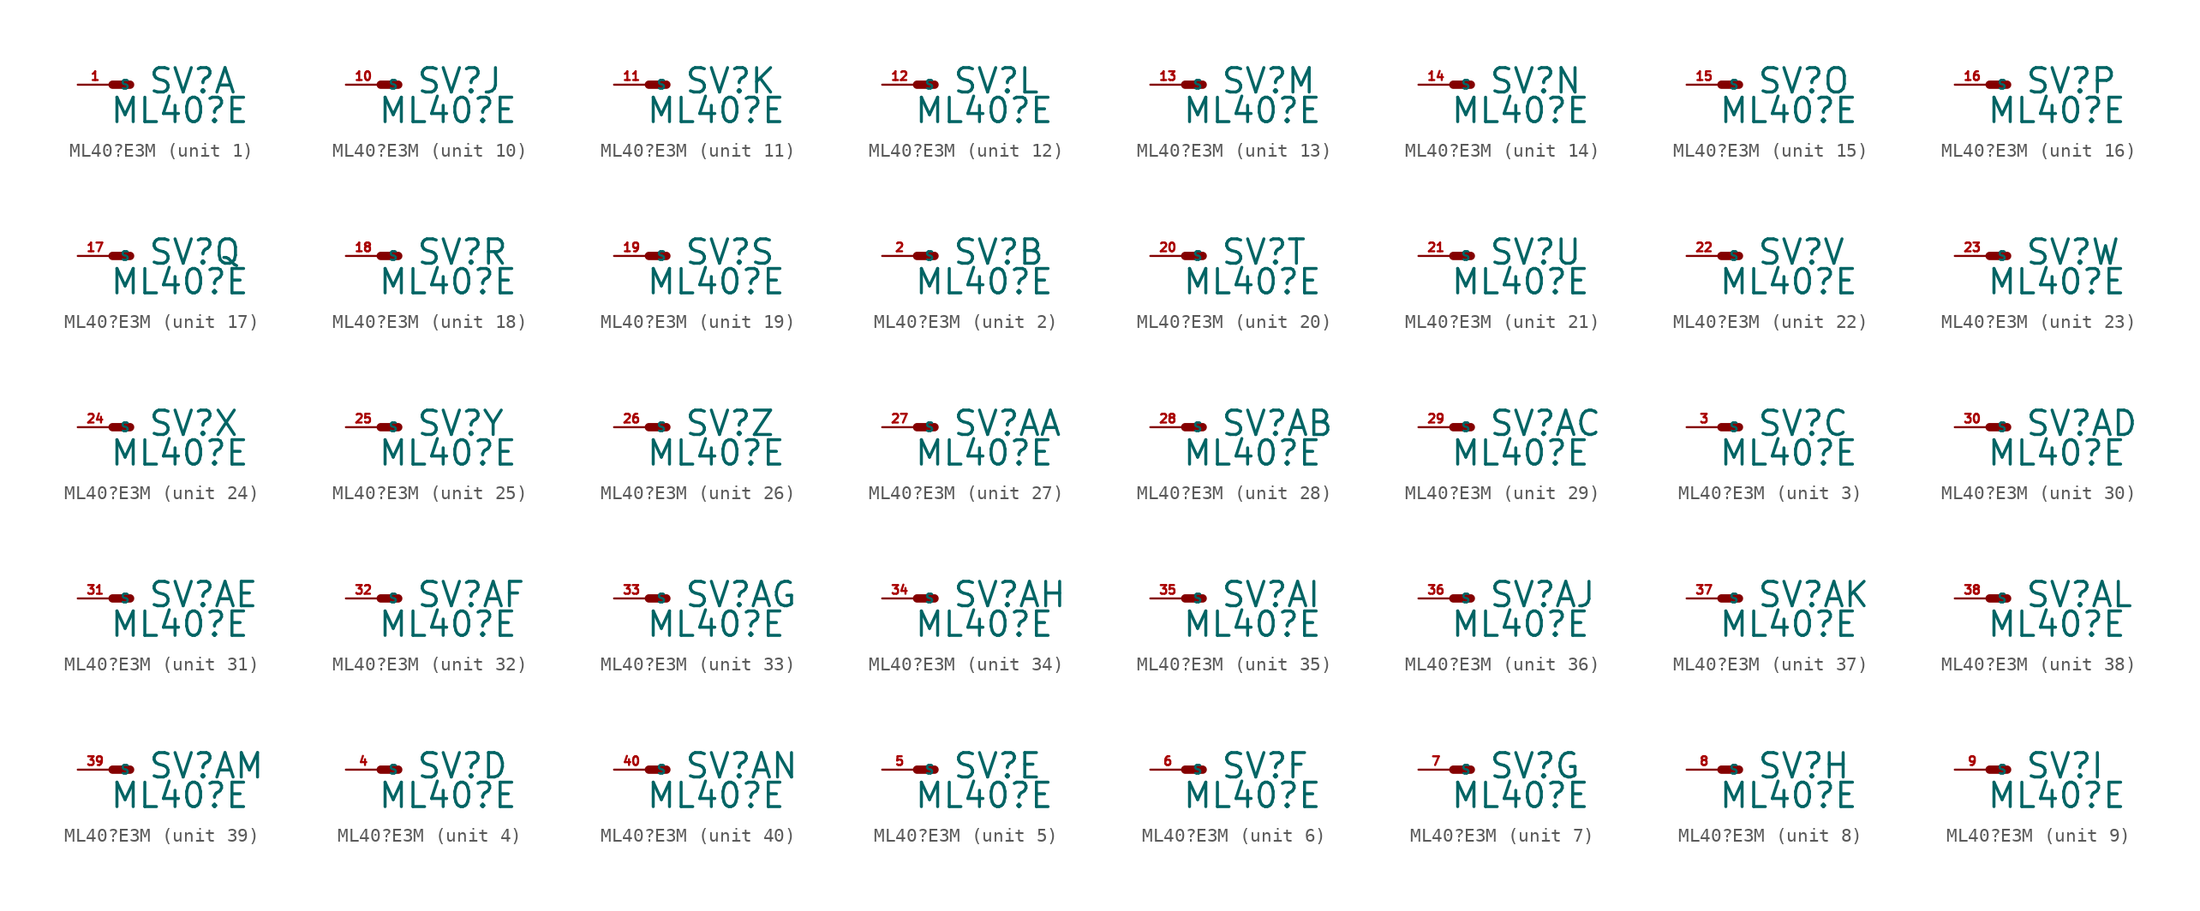
<source format=kicad_sym>
(kicad_symbol_lib
  (version 20220914)
  (generator Eagle2Kicad)
  (symbol "ML40?E3M"
    (property "Reference" "SV"
      (at 2.54 -0.762 0)
      (effects (font (size 1.778 1.778) (thickness 0.22)) (justify left bottom)))
    (property "Value" "ML40?E"
      (at -0.254 -2.921 0)
      (effects (font (size 1.778 1.778) (thickness 0.22)) (justify left bottom)))
    (symbol "ML40?E3M_1_0"
      (polyline (pts (xy 1.27 0) (xy 0 0)) (stroke (width 0.61) (type default)) (fill (type none)))
      (pin passive line (at -2.54 0 0) (length 2.54) (name "S" (effects (font (size 0.635 0.635) (thickness 0.08)) (justify left bottom))) (number "1" (effects (font (size 0.635 0.635) (thickness 0.08)) (justify left bottom)))))
    (symbol "ML40?E3M_2_0"
      (polyline (pts (xy 1.27 0) (xy 0 0)) (stroke (width 0.61) (type default)) (fill (type none)))
      (pin passive line (at -2.54 0 0) (length 2.54) (name "S" (effects (font (size 0.635 0.635) (thickness 0.08)) (justify left bottom))) (number "2" (effects (font (size 0.635 0.635) (thickness 0.08)) (justify left bottom)))))
    (symbol "ML40?E3M_3_0"
      (polyline (pts (xy 1.27 0) (xy 0 0)) (stroke (width 0.61) (type default)) (fill (type none)))
      (pin passive line (at -2.54 0 0) (length 2.54) (name "S" (effects (font (size 0.635 0.635) (thickness 0.08)) (justify left bottom))) (number "3" (effects (font (size 0.635 0.635) (thickness 0.08)) (justify left bottom)))))
    (symbol "ML40?E3M_4_0"
      (polyline (pts (xy 1.27 0) (xy 0 0)) (stroke (width 0.61) (type default)) (fill (type none)))
      (pin passive line (at -2.54 0 0) (length 2.54) (name "S" (effects (font (size 0.635 0.635) (thickness 0.08)) (justify left bottom))) (number "4" (effects (font (size 0.635 0.635) (thickness 0.08)) (justify left bottom)))))
    (symbol "ML40?E3M_5_0"
      (polyline (pts (xy 1.27 0) (xy 0 0)) (stroke (width 0.61) (type default)) (fill (type none)))
      (pin passive line (at -2.54 0 0) (length 2.54) (name "S" (effects (font (size 0.635 0.635) (thickness 0.08)) (justify left bottom))) (number "5" (effects (font (size 0.635 0.635) (thickness 0.08)) (justify left bottom)))))
    (symbol "ML40?E3M_6_0"
      (polyline (pts (xy 1.27 0) (xy 0 0)) (stroke (width 0.61) (type default)) (fill (type none)))
      (pin passive line (at -2.54 0 0) (length 2.54) (name "S" (effects (font (size 0.635 0.635) (thickness 0.08)) (justify left bottom))) (number "6" (effects (font (size 0.635 0.635) (thickness 0.08)) (justify left bottom)))))
    (symbol "ML40?E3M_7_0"
      (polyline (pts (xy 1.27 0) (xy 0 0)) (stroke (width 0.61) (type default)) (fill (type none)))
      (pin passive line (at -2.54 0 0) (length 2.54) (name "S" (effects (font (size 0.635 0.635) (thickness 0.08)) (justify left bottom))) (number "7" (effects (font (size 0.635 0.635) (thickness 0.08)) (justify left bottom)))))
    (symbol "ML40?E3M_8_0"
      (polyline (pts (xy 1.27 0) (xy 0 0)) (stroke (width 0.61) (type default)) (fill (type none)))
      (pin passive line (at -2.54 0 0) (length 2.54) (name "S" (effects (font (size 0.635 0.635) (thickness 0.08)) (justify left bottom))) (number "8" (effects (font (size 0.635 0.635) (thickness 0.08)) (justify left bottom)))))
    (symbol "ML40?E3M_9_0"
      (polyline (pts (xy 1.27 0) (xy 0 0)) (stroke (width 0.61) (type default)) (fill (type none)))
      (pin passive line (at -2.54 0 0) (length 2.54) (name "S" (effects (font (size 0.635 0.635) (thickness 0.08)) (justify left bottom))) (number "9" (effects (font (size 0.635 0.635) (thickness 0.08)) (justify left bottom)))))
    (symbol "ML40?E3M_10_0"
      (polyline (pts (xy 1.27 0) (xy 0 0)) (stroke (width 0.61) (type default)) (fill (type none)))
      (pin passive line (at -2.54 0 0) (length 2.54) (name "S" (effects (font (size 0.635 0.635) (thickness 0.08)) (justify left bottom))) (number "10" (effects (font (size 0.635 0.635) (thickness 0.08)) (justify left bottom)))))
    (symbol "ML40?E3M_11_0"
      (polyline (pts (xy 1.27 0) (xy 0 0)) (stroke (width 0.61) (type default)) (fill (type none)))
      (pin passive line (at -2.54 0 0) (length 2.54) (name "S" (effects (font (size 0.635 0.635) (thickness 0.08)) (justify left bottom))) (number "11" (effects (font (size 0.635 0.635) (thickness 0.08)) (justify left bottom)))))
    (symbol "ML40?E3M_12_0"
      (polyline (pts (xy 1.27 0) (xy 0 0)) (stroke (width 0.61) (type default)) (fill (type none)))
      (pin passive line (at -2.54 0 0) (length 2.54) (name "S" (effects (font (size 0.635 0.635) (thickness 0.08)) (justify left bottom))) (number "12" (effects (font (size 0.635 0.635) (thickness 0.08)) (justify left bottom)))))
    (symbol "ML40?E3M_13_0"
      (polyline (pts (xy 1.27 0) (xy 0 0)) (stroke (width 0.61) (type default)) (fill (type none)))
      (pin passive line (at -2.54 0 0) (length 2.54) (name "S" (effects (font (size 0.635 0.635) (thickness 0.08)) (justify left bottom))) (number "13" (effects (font (size 0.635 0.635) (thickness 0.08)) (justify left bottom)))))
    (symbol "ML40?E3M_14_0"
      (polyline (pts (xy 1.27 0) (xy 0 0)) (stroke (width 0.61) (type default)) (fill (type none)))
      (pin passive line (at -2.54 0 0) (length 2.54) (name "S" (effects (font (size 0.635 0.635) (thickness 0.08)) (justify left bottom))) (number "14" (effects (font (size 0.635 0.635) (thickness 0.08)) (justify left bottom)))))
    (symbol "ML40?E3M_15_0"
      (polyline (pts (xy 1.27 0) (xy 0 0)) (stroke (width 0.61) (type default)) (fill (type none)))
      (pin passive line (at -2.54 0 0) (length 2.54) (name "S" (effects (font (size 0.635 0.635) (thickness 0.08)) (justify left bottom))) (number "15" (effects (font (size 0.635 0.635) (thickness 0.08)) (justify left bottom)))))
    (symbol "ML40?E3M_16_0"
      (polyline (pts (xy 1.27 0) (xy 0 0)) (stroke (width 0.61) (type default)) (fill (type none)))
      (pin passive line (at -2.54 0 0) (length 2.54) (name "S" (effects (font (size 0.635 0.635) (thickness 0.08)) (justify left bottom))) (number "16" (effects (font (size 0.635 0.635) (thickness 0.08)) (justify left bottom)))))
    (symbol "ML40?E3M_17_0"
      (polyline (pts (xy 1.27 0) (xy 0 0)) (stroke (width 0.61) (type default)) (fill (type none)))
      (pin passive line (at -2.54 0 0) (length 2.54) (name "S" (effects (font (size 0.635 0.635) (thickness 0.08)) (justify left bottom))) (number "17" (effects (font (size 0.635 0.635) (thickness 0.08)) (justify left bottom)))))
    (symbol "ML40?E3M_18_0"
      (polyline (pts (xy 1.27 0) (xy 0 0)) (stroke (width 0.61) (type default)) (fill (type none)))
      (pin passive line (at -2.54 0 0) (length 2.54) (name "S" (effects (font (size 0.635 0.635) (thickness 0.08)) (justify left bottom))) (number "18" (effects (font (size 0.635 0.635) (thickness 0.08)) (justify left bottom)))))
    (symbol "ML40?E3M_19_0"
      (polyline (pts (xy 1.27 0) (xy 0 0)) (stroke (width 0.61) (type default)) (fill (type none)))
      (pin passive line (at -2.54 0 0) (length 2.54) (name "S" (effects (font (size 0.635 0.635) (thickness 0.08)) (justify left bottom))) (number "19" (effects (font (size 0.635 0.635) (thickness 0.08)) (justify left bottom)))))
    (symbol "ML40?E3M_20_0"
      (polyline (pts (xy 1.27 0) (xy 0 0)) (stroke (width 0.61) (type default)) (fill (type none)))
      (pin passive line (at -2.54 0 0) (length 2.54) (name "S" (effects (font (size 0.635 0.635) (thickness 0.08)) (justify left bottom))) (number "20" (effects (font (size 0.635 0.635) (thickness 0.08)) (justify left bottom)))))
    (symbol "ML40?E3M_21_0"
      (polyline (pts (xy 1.27 0) (xy 0 0)) (stroke (width 0.61) (type default)) (fill (type none)))
      (pin passive line (at -2.54 0 0) (length 2.54) (name "S" (effects (font (size 0.635 0.635) (thickness 0.08)) (justify left bottom))) (number "21" (effects (font (size 0.635 0.635) (thickness 0.08)) (justify left bottom)))))
    (symbol "ML40?E3M_22_0"
      (polyline (pts (xy 1.27 0) (xy 0 0)) (stroke (width 0.61) (type default)) (fill (type none)))
      (pin passive line (at -2.54 0 0) (length 2.54) (name "S" (effects (font (size 0.635 0.635) (thickness 0.08)) (justify left bottom))) (number "22" (effects (font (size 0.635 0.635) (thickness 0.08)) (justify left bottom)))))
    (symbol "ML40?E3M_23_0"
      (polyline (pts (xy 1.27 0) (xy 0 0)) (stroke (width 0.61) (type default)) (fill (type none)))
      (pin passive line (at -2.54 0 0) (length 2.54) (name "S" (effects (font (size 0.635 0.635) (thickness 0.08)) (justify left bottom))) (number "23" (effects (font (size 0.635 0.635) (thickness 0.08)) (justify left bottom)))))
    (symbol "ML40?E3M_24_0"
      (polyline (pts (xy 1.27 0) (xy 0 0)) (stroke (width 0.61) (type default)) (fill (type none)))
      (pin passive line (at -2.54 0 0) (length 2.54) (name "S" (effects (font (size 0.635 0.635) (thickness 0.08)) (justify left bottom))) (number "24" (effects (font (size 0.635 0.635) (thickness 0.08)) (justify left bottom)))))
    (symbol "ML40?E3M_25_0"
      (polyline (pts (xy 1.27 0) (xy 0 0)) (stroke (width 0.61) (type default)) (fill (type none)))
      (pin passive line (at -2.54 0 0) (length 2.54) (name "S" (effects (font (size 0.635 0.635) (thickness 0.08)) (justify left bottom))) (number "25" (effects (font (size 0.635 0.635) (thickness 0.08)) (justify left bottom)))))
    (symbol "ML40?E3M_26_0"
      (polyline (pts (xy 1.27 0) (xy 0 0)) (stroke (width 0.61) (type default)) (fill (type none)))
      (pin passive line (at -2.54 0 0) (length 2.54) (name "S" (effects (font (size 0.635 0.635) (thickness 0.08)) (justify left bottom))) (number "26" (effects (font (size 0.635 0.635) (thickness 0.08)) (justify left bottom)))))
    (symbol "ML40?E3M_27_0"
      (polyline (pts (xy 1.27 0) (xy 0 0)) (stroke (width 0.61) (type default)) (fill (type none)))
      (pin passive line (at -2.54 0 0) (length 2.54) (name "S" (effects (font (size 0.635 0.635) (thickness 0.08)) (justify left bottom))) (number "27" (effects (font (size 0.635 0.635) (thickness 0.08)) (justify left bottom)))))
    (symbol "ML40?E3M_28_0"
      (polyline (pts (xy 1.27 0) (xy 0 0)) (stroke (width 0.61) (type default)) (fill (type none)))
      (pin passive line (at -2.54 0 0) (length 2.54) (name "S" (effects (font (size 0.635 0.635) (thickness 0.08)) (justify left bottom))) (number "28" (effects (font (size 0.635 0.635) (thickness 0.08)) (justify left bottom)))))
    (symbol "ML40?E3M_29_0"
      (polyline (pts (xy 1.27 0) (xy 0 0)) (stroke (width 0.61) (type default)) (fill (type none)))
      (pin passive line (at -2.54 0 0) (length 2.54) (name "S" (effects (font (size 0.635 0.635) (thickness 0.08)) (justify left bottom))) (number "29" (effects (font (size 0.635 0.635) (thickness 0.08)) (justify left bottom)))))
    (symbol "ML40?E3M_30_0"
      (polyline (pts (xy 1.27 0) (xy 0 0)) (stroke (width 0.61) (type default)) (fill (type none)))
      (pin passive line (at -2.54 0 0) (length 2.54) (name "S" (effects (font (size 0.635 0.635) (thickness 0.08)) (justify left bottom))) (number "30" (effects (font (size 0.635 0.635) (thickness 0.08)) (justify left bottom)))))
    (symbol "ML40?E3M_31_0"
      (polyline (pts (xy 1.27 0) (xy 0 0)) (stroke (width 0.61) (type default)) (fill (type none)))
      (pin passive line (at -2.54 0 0) (length 2.54) (name "S" (effects (font (size 0.635 0.635) (thickness 0.08)) (justify left bottom))) (number "31" (effects (font (size 0.635 0.635) (thickness 0.08)) (justify left bottom)))))
    (symbol "ML40?E3M_32_0"
      (polyline (pts (xy 1.27 0) (xy 0 0)) (stroke (width 0.61) (type default)) (fill (type none)))
      (pin passive line (at -2.54 0 0) (length 2.54) (name "S" (effects (font (size 0.635 0.635) (thickness 0.08)) (justify left bottom))) (number "32" (effects (font (size 0.635 0.635) (thickness 0.08)) (justify left bottom)))))
    (symbol "ML40?E3M_33_0"
      (polyline (pts (xy 1.27 0) (xy 0 0)) (stroke (width 0.61) (type default)) (fill (type none)))
      (pin passive line (at -2.54 0 0) (length 2.54) (name "S" (effects (font (size 0.635 0.635) (thickness 0.08)) (justify left bottom))) (number "33" (effects (font (size 0.635 0.635) (thickness 0.08)) (justify left bottom)))))
    (symbol "ML40?E3M_34_0"
      (polyline (pts (xy 1.27 0) (xy 0 0)) (stroke (width 0.61) (type default)) (fill (type none)))
      (pin passive line (at -2.54 0 0) (length 2.54) (name "S" (effects (font (size 0.635 0.635) (thickness 0.08)) (justify left bottom))) (number "34" (effects (font (size 0.635 0.635) (thickness 0.08)) (justify left bottom)))))
    (symbol "ML40?E3M_35_0"
      (polyline (pts (xy 1.27 0) (xy 0 0)) (stroke (width 0.61) (type default)) (fill (type none)))
      (pin passive line (at -2.54 0 0) (length 2.54) (name "S" (effects (font (size 0.635 0.635) (thickness 0.08)) (justify left bottom))) (number "35" (effects (font (size 0.635 0.635) (thickness 0.08)) (justify left bottom)))))
    (symbol "ML40?E3M_36_0"
      (polyline (pts (xy 1.27 0) (xy 0 0)) (stroke (width 0.61) (type default)) (fill (type none)))
      (pin passive line (at -2.54 0 0) (length 2.54) (name "S" (effects (font (size 0.635 0.635) (thickness 0.08)) (justify left bottom))) (number "36" (effects (font (size 0.635 0.635) (thickness 0.08)) (justify left bottom)))))
    (symbol "ML40?E3M_37_0"
      (polyline (pts (xy 1.27 0) (xy 0 0)) (stroke (width 0.61) (type default)) (fill (type none)))
      (pin passive line (at -2.54 0 0) (length 2.54) (name "S" (effects (font (size 0.635 0.635) (thickness 0.08)) (justify left bottom))) (number "37" (effects (font (size 0.635 0.635) (thickness 0.08)) (justify left bottom)))))
    (symbol "ML40?E3M_38_0"
      (polyline (pts (xy 1.27 0) (xy 0 0)) (stroke (width 0.61) (type default)) (fill (type none)))
      (pin passive line (at -2.54 0 0) (length 2.54) (name "S" (effects (font (size 0.635 0.635) (thickness 0.08)) (justify left bottom))) (number "38" (effects (font (size 0.635 0.635) (thickness 0.08)) (justify left bottom)))))
    (symbol "ML40?E3M_39_0"
      (polyline (pts (xy 1.27 0) (xy 0 0)) (stroke (width 0.61) (type default)) (fill (type none)))
      (pin passive line (at -2.54 0 0) (length 2.54) (name "S" (effects (font (size 0.635 0.635) (thickness 0.08)) (justify left bottom))) (number "39" (effects (font (size 0.635 0.635) (thickness 0.08)) (justify left bottom)))))
    (symbol "ML40?E3M_40_0"
      (polyline (pts (xy 1.27 0) (xy 0 0)) (stroke (width 0.61) (type default)) (fill (type none)))
      (pin passive line (at -2.54 0 0) (length 2.54) (name "S" (effects (font (size 0.635 0.635) (thickness 0.08)) (justify left bottom))) (number "40" (effects (font (size 0.635 0.635) (thickness 0.08)) (justify left bottom)))))))
</source>
